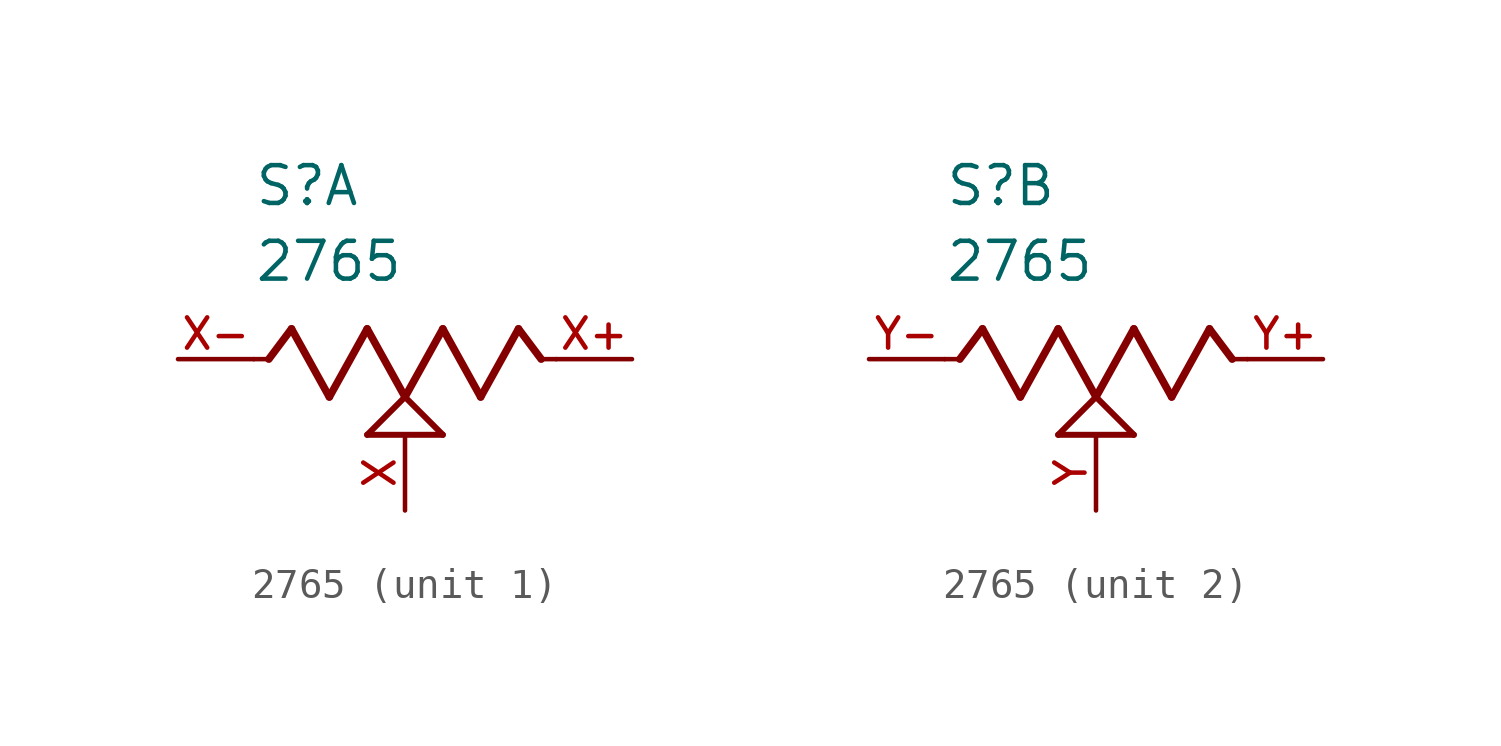
<source format=kicad_sym>
(kicad_symbol_lib
  (version 20211014)
  (generator kicad_symbol_editor)
  (symbol "2765"
    (pin_names
      (offset 1.016))
    (property "Reference" "S"
      (at -5.08 5.08 0)
      (effects (font (size 1.27 1.27)) (justify bottom left)))
    (property "Value" "2765"
      (at -5.08 2.54 0)
      (effects (font (size 1.27 1.27)) (justify bottom left)))
    (symbol "2765_1_0"
      (polyline (pts (xy -5.08 0.0) (xy -4.572 0.0)) (stroke (width 0.152)))
      (polyline (pts (xy -4.572 0.0) (xy -3.81 1.016)) (stroke (width 0.254)))
      (polyline (pts (xy -3.81 1.016) (xy -2.54 -1.27)) (stroke (width 0.254)))
      (polyline (pts (xy -2.54 -1.27) (xy -1.27 1.016)) (stroke (width 0.254)))
      (polyline (pts (xy -1.27 1.016) (xy 0.0 -1.27)) (stroke (width 0.254)))
      (polyline (pts (xy 0.0 -1.27) (xy 1.27 1.016)) (stroke (width 0.254)))
      (polyline (pts (xy 1.27 1.016) (xy 2.54 -1.27)) (stroke (width 0.254)))
      (polyline (pts (xy 2.54 -1.27) (xy 3.81 1.016)) (stroke (width 0.254)))
      (polyline (pts (xy 3.81 1.016) (xy 4.572 0.0)) (stroke (width 0.254)))
      (polyline (pts (xy 4.572 0.0) (xy 5.08 0.0)) (stroke (width 0.152)))
      (polyline (pts (xy 0.0 -1.27) (xy 1.27 -2.54)) (stroke (width 0.203)))
      (polyline (pts (xy -1.27 -2.54) (xy 0.0 -1.27)) (stroke (width 0.203)))
      (polyline (pts (xy 1.27 -2.54) (xy -1.27 -2.54)) (stroke (width 0.203)))
      (pin passive line (at -7.62 0.0 0) (length 2.54) (name "~" (effects (font (size 1.016 1.016)))) (number "X-" (effects (font (size 1.016 1.016)))))
      (pin passive line (at 7.62 0.0 180.0) (length 2.54) (name "~" (effects (font (size 1.016 1.016)))) (number "X+" (effects (font (size 1.016 1.016)))))
      (pin passive line (at 0.0 -5.08 90.0) (length 2.54) (name "~" (effects (font (size 1.016 1.016)))) (number "X" (effects (font (size 1.016 1.016))))))
    (symbol "2765_2_0"
      (polyline (pts (xy -5.08 0.0) (xy -4.572 0.0)) (stroke (width 0.152)))
      (polyline (pts (xy -4.572 0.0) (xy -3.81 1.016)) (stroke (width 0.254)))
      (polyline (pts (xy -3.81 1.016) (xy -2.54 -1.27)) (stroke (width 0.254)))
      (polyline (pts (xy -2.54 -1.27) (xy -1.27 1.016)) (stroke (width 0.254)))
      (polyline (pts (xy -1.27 1.016) (xy 0.0 -1.27)) (stroke (width 0.254)))
      (polyline (pts (xy 0.0 -1.27) (xy 1.27 1.016)) (stroke (width 0.254)))
      (polyline (pts (xy 1.27 1.016) (xy 2.54 -1.27)) (stroke (width 0.254)))
      (polyline (pts (xy 2.54 -1.27) (xy 3.81 1.016)) (stroke (width 0.254)))
      (polyline (pts (xy 3.81 1.016) (xy 4.572 0.0)) (stroke (width 0.254)))
      (polyline (pts (xy 4.572 0.0) (xy 5.08 0.0)) (stroke (width 0.152)))
      (polyline (pts (xy 0.0 -1.27) (xy 1.27 -2.54)) (stroke (width 0.203)))
      (polyline (pts (xy -1.27 -2.54) (xy 0.0 -1.27)) (stroke (width 0.203)))
      (polyline (pts (xy 1.27 -2.54) (xy -1.27 -2.54)) (stroke (width 0.203)))
      (pin passive line (at -7.62 0.0 0) (length 2.54) (name "~" (effects (font (size 1.016 1.016)))) (number "Y-" (effects (font (size 1.016 1.016)))))
      (pin passive line (at 7.62 0.0 180.0) (length 2.54) (name "~" (effects (font (size 1.016 1.016)))) (number "Y+" (effects (font (size 1.016 1.016)))))
      (pin passive line (at 0.0 -5.08 90.0) (length 2.54) (name "~" (effects (font (size 1.016 1.016)))) (number "Y" (effects (font (size 1.016 1.016))))))))
</source>
